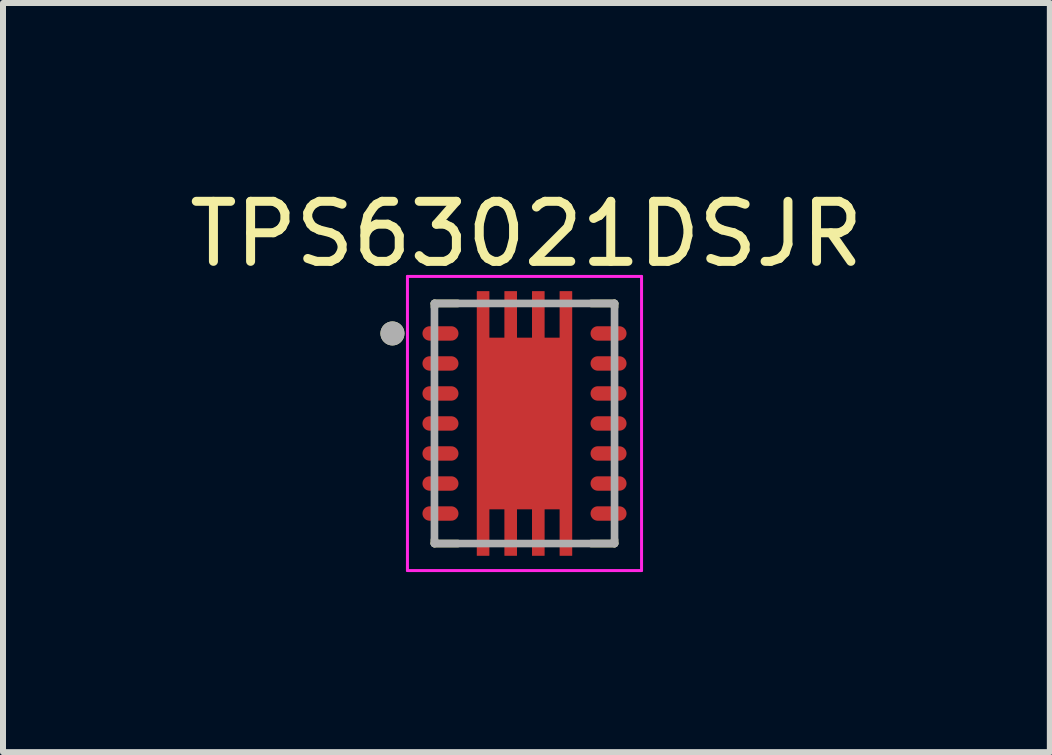
<source format=kicad_pcb>
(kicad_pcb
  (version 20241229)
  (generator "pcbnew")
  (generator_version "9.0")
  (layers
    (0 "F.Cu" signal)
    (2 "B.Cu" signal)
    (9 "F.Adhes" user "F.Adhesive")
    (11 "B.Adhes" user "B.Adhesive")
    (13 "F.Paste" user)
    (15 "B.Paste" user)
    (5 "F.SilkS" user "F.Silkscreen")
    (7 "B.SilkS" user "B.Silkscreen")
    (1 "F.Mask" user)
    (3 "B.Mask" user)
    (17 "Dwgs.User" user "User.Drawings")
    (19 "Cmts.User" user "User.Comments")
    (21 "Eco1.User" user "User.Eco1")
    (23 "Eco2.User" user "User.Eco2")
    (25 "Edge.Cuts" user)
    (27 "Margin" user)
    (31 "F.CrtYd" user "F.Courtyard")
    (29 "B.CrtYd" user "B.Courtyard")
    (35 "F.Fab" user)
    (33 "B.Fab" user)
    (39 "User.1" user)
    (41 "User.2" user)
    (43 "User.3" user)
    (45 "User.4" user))
  (footprint "TPS63021DSJR"
    (layer "F.Cu")
    (at 5.688 4.005)
    (property "Reference" "TPS63021DSJR" (at 0.032 -3.156 0) (layer "F.SilkS") (effects (font (size 1 1) (thickness 0.15))))
    (attr smd)
    (fp_poly (pts (xy -0.86 -2.27) (xy -0.52 -2.27) (xy -0.52 -1.495) (xy -0.4 -1.495) (xy -0.4 -2.27) (xy -0.06 -2.27) (xy -0.06 -1.495) (xy 0.06 -1.495) (xy 0.06 -2.27) (xy 0.4 -2.27) (xy 0.4 -1.495) (xy 0.52 -1.495) (xy 0.52 -2.27) (xy 0.86 -2.27) (xy 0.86 2.27) (xy 0.52 2.27) (xy 0.52 1.495) (xy 0.4 1.495) (xy 0.4 2.27) (xy 0.06 2.27) (xy 0.06 1.495) (xy -0.06 1.495) (xy -0.06 2.27) (xy -0.4 2.27) (xy -0.4 1.495) (xy -0.52 1.495) (xy -0.52 2.27) (xy -0.86 2.27)) (stroke (width 0.01) (type solid)) (fill yes) (layer "F.Mask"))
    (fp_poly (pts (xy -1.22 -1.69) (xy -1.21 -1.69) (xy -1.2 -1.689) (xy -1.19 -1.688) (xy -1.18 -1.686) (xy -1.171 -1.684) (xy -1.161 -1.681) (xy -1.152 -1.677) (xy -1.143 -1.674) (xy -1.134 -1.669) (xy -1.125 -1.665) (xy -1.117 -1.659) (xy -1.108 -1.654) (xy -1.1 -1.648) (xy -1.093 -1.641) (xy -1.086 -1.634) (xy -1.079 -1.627) (xy -1.072 -1.62) (xy -1.066 -1.612) (xy -1.061 -1.603) (xy -1.055 -1.595) (xy -1.051 -1.586) (xy -1.046 -1.577) (xy -1.043 -1.568) (xy -1.039 -1.559) (xy -1.036 -1.549) (xy -1.034 -1.54) (xy -1.032 -1.53) (xy -1.031 -1.52) (xy -1.03 -1.51) (xy -1.03 -1.5) (xy -1.03 -1.49) (xy -1.031 -1.48) (xy -1.032 -1.47) (xy -1.034 -1.46) (xy -1.036 -1.451) (xy -1.039 -1.441) (xy -1.043 -1.432) (xy -1.046 -1.423) (xy -1.051 -1.414) (xy -1.055 -1.405) (xy -1.061 -1.397) (xy -1.066 -1.388) (xy -1.072 -1.38) (xy -1.079 -1.373) (xy -1.086 -1.366) (xy -1.093 -1.359) (xy -1.1 -1.352) (xy -1.108 -1.346) (xy -1.117 -1.341) (xy -1.125 -1.335) (xy -1.134 -1.331) (xy -1.143 -1.326) (xy -1.152 -1.323) (xy -1.161 -1.319) (xy -1.171 -1.316) (xy -1.18 -1.314) (xy -1.19 -1.312) (xy -1.2 -1.311) (xy -1.21 -1.31) (xy -1.22 -1.31) (xy -1.58 -1.31) (xy -1.59 -1.31) (xy -1.6 -1.311) (xy -1.61 -1.312) (xy -1.62 -1.314) (xy -1.629 -1.316) (xy -1.639 -1.319) (xy -1.648 -1.323) (xy -1.657 -1.326) (xy -1.666 -1.331) (xy -1.675 -1.335) (xy -1.683 -1.341) (xy -1.692 -1.346) (xy -1.7 -1.352) (xy -1.707 -1.359) (xy -1.714 -1.366) (xy -1.721 -1.373) (xy -1.728 -1.38) (xy -1.734 -1.388) (xy -1.739 -1.397) (xy -1.745 -1.405) (xy -1.749 -1.414) (xy -1.754 -1.423) (xy -1.757 -1.432) (xy -1.761 -1.441) (xy -1.764 -1.451) (xy -1.766 -1.46) (xy -1.768 -1.47) (xy -1.769 -1.48) (xy -1.77 -1.49) (xy -1.77 -1.5) (xy -1.77 -1.51) (xy -1.769 -1.52) (xy -1.768 -1.53) (xy -1.766 -1.54) (xy -1.764 -1.549) (xy -1.761 -1.559) (xy -1.757 -1.568) (xy -1.754 -1.577) (xy -1.749 -1.586) (xy -1.745 -1.595) (xy -1.739 -1.603) (xy -1.734 -1.612) (xy -1.728 -1.62) (xy -1.721 -1.627) (xy -1.714 -1.634) (xy -1.707 -1.641) (xy -1.7 -1.648) (xy -1.692 -1.654) (xy -1.683 -1.659) (xy -1.675 -1.665) (xy -1.666 -1.669) (xy -1.657 -1.674) (xy -1.648 -1.677) (xy -1.639 -1.681) (xy -1.629 -1.684) (xy -1.62 -1.686) (xy -1.61 -1.688) (xy -1.6 -1.689) (xy -1.59 -1.69) (xy -1.58 -1.69) (xy -1.22 -1.69)) (stroke (width 0.01) (type solid)) (fill yes) (layer "F.Mask"))
    (fp_poly (pts (xy -1.22 -1.19) (xy -1.21 -1.19) (xy -1.2 -1.189) (xy -1.19 -1.188) (xy -1.18 -1.186) (xy -1.171 -1.184) (xy -1.161 -1.181) (xy -1.152 -1.177) (xy -1.143 -1.174) (xy -1.134 -1.169) (xy -1.125 -1.165) (xy -1.117 -1.159) (xy -1.108 -1.154) (xy -1.1 -1.148) (xy -1.093 -1.141) (xy -1.086 -1.134) (xy -1.079 -1.127) (xy -1.072 -1.12) (xy -1.066 -1.112) (xy -1.061 -1.103) (xy -1.055 -1.095) (xy -1.051 -1.086) (xy -1.046 -1.077) (xy -1.043 -1.068) (xy -1.039 -1.059) (xy -1.036 -1.049) (xy -1.034 -1.04) (xy -1.032 -1.03) (xy -1.031 -1.02) (xy -1.03 -1.01) (xy -1.03 -1) (xy -1.03 -0.99) (xy -1.031 -0.98) (xy -1.032 -0.97) (xy -1.034 -0.96) (xy -1.036 -0.951) (xy -1.039 -0.941) (xy -1.043 -0.932) (xy -1.046 -0.923) (xy -1.051 -0.914) (xy -1.055 -0.905) (xy -1.061 -0.897) (xy -1.066 -0.888) (xy -1.072 -0.88) (xy -1.079 -0.873) (xy -1.086 -0.866) (xy -1.093 -0.859) (xy -1.1 -0.852) (xy -1.108 -0.846) (xy -1.117 -0.841) (xy -1.125 -0.835) (xy -1.134 -0.831) (xy -1.143 -0.826) (xy -1.152 -0.823) (xy -1.161 -0.819) (xy -1.171 -0.816) (xy -1.18 -0.814) (xy -1.19 -0.812) (xy -1.2 -0.811) (xy -1.21 -0.81) (xy -1.22 -0.81) (xy -1.58 -0.81) (xy -1.59 -0.81) (xy -1.6 -0.811) (xy -1.61 -0.812) (xy -1.62 -0.814) (xy -1.629 -0.816) (xy -1.639 -0.819) (xy -1.648 -0.823) (xy -1.657 -0.826) (xy -1.666 -0.831) (xy -1.675 -0.835) (xy -1.683 -0.841) (xy -1.692 -0.846) (xy -1.7 -0.852) (xy -1.707 -0.859) (xy -1.714 -0.866) (xy -1.721 -0.873) (xy -1.728 -0.88) (xy -1.734 -0.888) (xy -1.739 -0.897) (xy -1.745 -0.905) (xy -1.749 -0.914) (xy -1.754 -0.923) (xy -1.757 -0.932) (xy -1.761 -0.941) (xy -1.764 -0.951) (xy -1.766 -0.96) (xy -1.768 -0.97) (xy -1.769 -0.98) (xy -1.77 -0.99) (xy -1.77 -1) (xy -1.77 -1.01) (xy -1.769 -1.02) (xy -1.768 -1.03) (xy -1.766 -1.04) (xy -1.764 -1.049) (xy -1.761 -1.059) (xy -1.757 -1.068) (xy -1.754 -1.077) (xy -1.749 -1.086) (xy -1.745 -1.095) (xy -1.739 -1.103) (xy -1.734 -1.112) (xy -1.728 -1.12) (xy -1.721 -1.127) (xy -1.714 -1.134) (xy -1.707 -1.141) (xy -1.7 -1.148) (xy -1.692 -1.154) (xy -1.683 -1.159) (xy -1.675 -1.165) (xy -1.666 -1.169) (xy -1.657 -1.174) (xy -1.648 -1.177) (xy -1.639 -1.181) (xy -1.629 -1.184) (xy -1.62 -1.186) (xy -1.61 -1.188) (xy -1.6 -1.189) (xy -1.59 -1.19) (xy -1.58 -1.19) (xy -1.22 -1.19)) (stroke (width 0.01) (type solid)) (fill yes) (layer "F.Mask"))
    (fp_poly (pts (xy -1.22 -0.69) (xy -1.21 -0.69) (xy -1.2 -0.689) (xy -1.19 -0.688) (xy -1.18 -0.686) (xy -1.171 -0.684) (xy -1.161 -0.681) (xy -1.152 -0.677) (xy -1.143 -0.674) (xy -1.134 -0.669) (xy -1.125 -0.665) (xy -1.117 -0.659) (xy -1.108 -0.654) (xy -1.1 -0.648) (xy -1.093 -0.641) (xy -1.086 -0.634) (xy -1.079 -0.627) (xy -1.072 -0.62) (xy -1.066 -0.612) (xy -1.061 -0.603) (xy -1.055 -0.595) (xy -1.051 -0.586) (xy -1.046 -0.577) (xy -1.043 -0.568) (xy -1.039 -0.559) (xy -1.036 -0.549) (xy -1.034 -0.54) (xy -1.032 -0.53) (xy -1.031 -0.52) (xy -1.03 -0.51) (xy -1.03 -0.5) (xy -1.03 -0.49) (xy -1.031 -0.48) (xy -1.032 -0.47) (xy -1.034 -0.46) (xy -1.036 -0.451) (xy -1.039 -0.441) (xy -1.043 -0.432) (xy -1.046 -0.423) (xy -1.051 -0.414) (xy -1.055 -0.405) (xy -1.061 -0.397) (xy -1.066 -0.388) (xy -1.072 -0.38) (xy -1.079 -0.373) (xy -1.086 -0.366) (xy -1.093 -0.359) (xy -1.1 -0.352) (xy -1.108 -0.346) (xy -1.117 -0.341) (xy -1.125 -0.335) (xy -1.134 -0.331) (xy -1.143 -0.326) (xy -1.152 -0.323) (xy -1.161 -0.319) (xy -1.171 -0.316) (xy -1.18 -0.314) (xy -1.19 -0.312) (xy -1.2 -0.311) (xy -1.21 -0.31) (xy -1.22 -0.31) (xy -1.58 -0.31) (xy -1.59 -0.31) (xy -1.6 -0.311) (xy -1.61 -0.312) (xy -1.62 -0.314) (xy -1.629 -0.316) (xy -1.639 -0.319) (xy -1.648 -0.323) (xy -1.657 -0.326) (xy -1.666 -0.331) (xy -1.675 -0.335) (xy -1.683 -0.341) (xy -1.692 -0.346) (xy -1.7 -0.352) (xy -1.707 -0.359) (xy -1.714 -0.366) (xy -1.721 -0.373) (xy -1.728 -0.38) (xy -1.734 -0.388) (xy -1.739 -0.397) (xy -1.745 -0.405) (xy -1.749 -0.414) (xy -1.754 -0.423) (xy -1.757 -0.432) (xy -1.761 -0.441) (xy -1.764 -0.451) (xy -1.766 -0.46) (xy -1.768 -0.47) (xy -1.769 -0.48) (xy -1.77 -0.49) (xy -1.77 -0.5) (xy -1.77 -0.51) (xy -1.769 -0.52) (xy -1.768 -0.53) (xy -1.766 -0.54) (xy -1.764 -0.549) (xy -1.761 -0.559) (xy -1.757 -0.568) (xy -1.754 -0.577) (xy -1.749 -0.586) (xy -1.745 -0.595) (xy -1.739 -0.603) (xy -1.734 -0.612) (xy -1.728 -0.62) (xy -1.721 -0.627) (xy -1.714 -0.634) (xy -1.707 -0.641) (xy -1.7 -0.648) (xy -1.692 -0.654) (xy -1.683 -0.659) (xy -1.675 -0.665) (xy -1.666 -0.669) (xy -1.657 -0.674) (xy -1.648 -0.677) (xy -1.639 -0.681) (xy -1.629 -0.684) (xy -1.62 -0.686) (xy -1.61 -0.688) (xy -1.6 -0.689) (xy -1.59 -0.69) (xy -1.58 -0.69) (xy -1.22 -0.69)) (stroke (width 0.01) (type solid)) (fill yes) (layer "F.Mask"))
    (fp_poly (pts (xy -1.22 -0.19) (xy -1.21 -0.19) (xy -1.2 -0.189) (xy -1.19 -0.188) (xy -1.18 -0.186) (xy -1.171 -0.184) (xy -1.161 -0.181) (xy -1.152 -0.177) (xy -1.143 -0.174) (xy -1.134 -0.169) (xy -1.125 -0.165) (xy -1.117 -0.159) (xy -1.108 -0.154) (xy -1.1 -0.148) (xy -1.093 -0.141) (xy -1.086 -0.134) (xy -1.079 -0.127) (xy -1.072 -0.12) (xy -1.066 -0.112) (xy -1.061 -0.103) (xy -1.055 -0.095) (xy -1.051 -0.086) (xy -1.046 -0.077) (xy -1.043 -0.068) (xy -1.039 -0.059) (xy -1.036 -0.049) (xy -1.034 -0.04) (xy -1.032 -0.03) (xy -1.031 -0.02) (xy -1.03 -0.01) (xy -1.03 0) (xy -1.03 0.01) (xy -1.031 0.02) (xy -1.032 0.03) (xy -1.034 0.04) (xy -1.036 0.049) (xy -1.039 0.059) (xy -1.043 0.068) (xy -1.046 0.077) (xy -1.051 0.086) (xy -1.055 0.095) (xy -1.061 0.103) (xy -1.066 0.112) (xy -1.072 0.12) (xy -1.079 0.127) (xy -1.086 0.134) (xy -1.093 0.141) (xy -1.1 0.148) (xy -1.108 0.154) (xy -1.117 0.159) (xy -1.125 0.165) (xy -1.134 0.169) (xy -1.143 0.174) (xy -1.152 0.177) (xy -1.161 0.181) (xy -1.171 0.184) (xy -1.18 0.186) (xy -1.19 0.188) (xy -1.2 0.189) (xy -1.21 0.19) (xy -1.22 0.19) (xy -1.58 0.19) (xy -1.59 0.19) (xy -1.6 0.189) (xy -1.61 0.188) (xy -1.62 0.186) (xy -1.629 0.184) (xy -1.639 0.181) (xy -1.648 0.177) (xy -1.657 0.174) (xy -1.666 0.169) (xy -1.675 0.165) (xy -1.683 0.159) (xy -1.692 0.154) (xy -1.7 0.148) (xy -1.707 0.141) (xy -1.714 0.134) (xy -1.721 0.127) (xy -1.728 0.12) (xy -1.734 0.112) (xy -1.739 0.103) (xy -1.745 0.095) (xy -1.749 0.086) (xy -1.754 0.077) (xy -1.757 0.068) (xy -1.761 0.059) (xy -1.764 0.049) (xy -1.766 0.04) (xy -1.768 0.03) (xy -1.769 0.02) (xy -1.77 0.01) (xy -1.77 0) (xy -1.77 -0.01) (xy -1.769 -0.02) (xy -1.768 -0.03) (xy -1.766 -0.04) (xy -1.764 -0.049) (xy -1.761 -0.059) (xy -1.757 -0.068) (xy -1.754 -0.077) (xy -1.749 -0.086) (xy -1.745 -0.095) (xy -1.739 -0.103) (xy -1.734 -0.112) (xy -1.728 -0.12) (xy -1.721 -0.127) (xy -1.714 -0.134) (xy -1.707 -0.141) (xy -1.7 -0.148) (xy -1.692 -0.154) (xy -1.683 -0.159) (xy -1.675 -0.165) (xy -1.666 -0.169) (xy -1.657 -0.174) (xy -1.648 -0.177) (xy -1.639 -0.181) (xy -1.629 -0.184) (xy -1.62 -0.186) (xy -1.61 -0.188) (xy -1.6 -0.189) (xy -1.59 -0.19) (xy -1.58 -0.19) (xy -1.22 -0.19)) (stroke (width 0.01) (type solid)) (fill yes) (layer "F.Mask"))
    (fp_poly (pts (xy -1.22 0.31) (xy -1.21 0.31) (xy -1.2 0.311) (xy -1.19 0.312) (xy -1.18 0.314) (xy -1.171 0.316) (xy -1.161 0.319) (xy -1.152 0.323) (xy -1.143 0.326) (xy -1.134 0.331) (xy -1.125 0.335) (xy -1.117 0.341) (xy -1.108 0.346) (xy -1.1 0.352) (xy -1.093 0.359) (xy -1.086 0.366) (xy -1.079 0.373) (xy -1.072 0.38) (xy -1.066 0.388) (xy -1.061 0.397) (xy -1.055 0.405) (xy -1.051 0.414) (xy -1.046 0.423) (xy -1.043 0.432) (xy -1.039 0.441) (xy -1.036 0.451) (xy -1.034 0.46) (xy -1.032 0.47) (xy -1.031 0.48) (xy -1.03 0.49) (xy -1.03 0.5) (xy -1.03 0.51) (xy -1.031 0.52) (xy -1.032 0.53) (xy -1.034 0.54) (xy -1.036 0.549) (xy -1.039 0.559) (xy -1.043 0.568) (xy -1.046 0.577) (xy -1.051 0.586) (xy -1.055 0.595) (xy -1.061 0.603) (xy -1.066 0.612) (xy -1.072 0.62) (xy -1.079 0.627) (xy -1.086 0.634) (xy -1.093 0.641) (xy -1.1 0.648) (xy -1.108 0.654) (xy -1.117 0.659) (xy -1.125 0.665) (xy -1.134 0.669) (xy -1.143 0.674) (xy -1.152 0.677) (xy -1.161 0.681) (xy -1.171 0.684) (xy -1.18 0.686) (xy -1.19 0.688) (xy -1.2 0.689) (xy -1.21 0.69) (xy -1.22 0.69) (xy -1.58 0.69) (xy -1.59 0.69) (xy -1.6 0.689) (xy -1.61 0.688) (xy -1.62 0.686) (xy -1.629 0.684) (xy -1.639 0.681) (xy -1.648 0.677) (xy -1.657 0.674) (xy -1.666 0.669) (xy -1.675 0.665) (xy -1.683 0.659) (xy -1.692 0.654) (xy -1.7 0.648) (xy -1.707 0.641) (xy -1.714 0.634) (xy -1.721 0.627) (xy -1.728 0.62) (xy -1.734 0.612) (xy -1.739 0.603) (xy -1.745 0.595) (xy -1.749 0.586) (xy -1.754 0.577) (xy -1.757 0.568) (xy -1.761 0.559) (xy -1.764 0.549) (xy -1.766 0.54) (xy -1.768 0.53) (xy -1.769 0.52) (xy -1.77 0.51) (xy -1.77 0.5) (xy -1.77 0.49) (xy -1.769 0.48) (xy -1.768 0.47) (xy -1.766 0.46) (xy -1.764 0.451) (xy -1.761 0.441) (xy -1.757 0.432) (xy -1.754 0.423) (xy -1.749 0.414) (xy -1.745 0.405) (xy -1.739 0.397) (xy -1.734 0.388) (xy -1.728 0.38) (xy -1.721 0.373) (xy -1.714 0.366) (xy -1.707 0.359) (xy -1.7 0.352) (xy -1.692 0.346) (xy -1.683 0.341) (xy -1.675 0.335) (xy -1.666 0.331) (xy -1.657 0.326) (xy -1.648 0.323) (xy -1.639 0.319) (xy -1.629 0.316) (xy -1.62 0.314) (xy -1.61 0.312) (xy -1.6 0.311) (xy -1.59 0.31) (xy -1.58 0.31) (xy -1.22 0.31)) (stroke (width 0.01) (type solid)) (fill yes) (layer "F.Mask"))
    (fp_poly (pts (xy -1.22 0.81) (xy -1.21 0.81) (xy -1.2 0.811) (xy -1.19 0.812) (xy -1.18 0.814) (xy -1.171 0.816) (xy -1.161 0.819) (xy -1.152 0.823) (xy -1.143 0.826) (xy -1.134 0.831) (xy -1.125 0.835) (xy -1.117 0.841) (xy -1.108 0.846) (xy -1.1 0.852) (xy -1.093 0.859) (xy -1.086 0.866) (xy -1.079 0.873) (xy -1.072 0.88) (xy -1.066 0.888) (xy -1.061 0.897) (xy -1.055 0.905) (xy -1.051 0.914) (xy -1.046 0.923) (xy -1.043 0.932) (xy -1.039 0.941) (xy -1.036 0.951) (xy -1.034 0.96) (xy -1.032 0.97) (xy -1.031 0.98) (xy -1.03 0.99) (xy -1.03 1) (xy -1.03 1.01) (xy -1.031 1.02) (xy -1.032 1.03) (xy -1.034 1.04) (xy -1.036 1.049) (xy -1.039 1.059) (xy -1.043 1.068) (xy -1.046 1.077) (xy -1.051 1.086) (xy -1.055 1.095) (xy -1.061 1.103) (xy -1.066 1.112) (xy -1.072 1.12) (xy -1.079 1.127) (xy -1.086 1.134) (xy -1.093 1.141) (xy -1.1 1.148) (xy -1.108 1.154) (xy -1.117 1.159) (xy -1.125 1.165) (xy -1.134 1.169) (xy -1.143 1.174) (xy -1.152 1.177) (xy -1.161 1.181) (xy -1.171 1.184) (xy -1.18 1.186) (xy -1.19 1.188) (xy -1.2 1.189) (xy -1.21 1.19) (xy -1.22 1.19) (xy -1.58 1.19) (xy -1.59 1.19) (xy -1.6 1.189) (xy -1.61 1.188) (xy -1.62 1.186) (xy -1.629 1.184) (xy -1.639 1.181) (xy -1.648 1.177) (xy -1.657 1.174) (xy -1.666 1.169) (xy -1.675 1.165) (xy -1.683 1.159) (xy -1.692 1.154) (xy -1.7 1.148) (xy -1.707 1.141) (xy -1.714 1.134) (xy -1.721 1.127) (xy -1.728 1.12) (xy -1.734 1.112) (xy -1.739 1.103) (xy -1.745 1.095) (xy -1.749 1.086) (xy -1.754 1.077) (xy -1.757 1.068) (xy -1.761 1.059) (xy -1.764 1.049) (xy -1.766 1.04) (xy -1.768 1.03) (xy -1.769 1.02) (xy -1.77 1.01) (xy -1.77 1) (xy -1.77 0.99) (xy -1.769 0.98) (xy -1.768 0.97) (xy -1.766 0.96) (xy -1.764 0.951) (xy -1.761 0.941) (xy -1.757 0.932) (xy -1.754 0.923) (xy -1.749 0.914) (xy -1.745 0.905) (xy -1.739 0.897) (xy -1.734 0.888) (xy -1.728 0.88) (xy -1.721 0.873) (xy -1.714 0.866) (xy -1.707 0.859) (xy -1.7 0.852) (xy -1.692 0.846) (xy -1.683 0.841) (xy -1.675 0.835) (xy -1.666 0.831) (xy -1.657 0.826) (xy -1.648 0.823) (xy -1.639 0.819) (xy -1.629 0.816) (xy -1.62 0.814) (xy -1.61 0.812) (xy -1.6 0.811) (xy -1.59 0.81) (xy -1.58 0.81) (xy -1.22 0.81)) (stroke (width 0.01) (type solid)) (fill yes) (layer "F.Mask"))
    (fp_poly (pts (xy -1.22 1.31) (xy -1.21 1.31) (xy -1.2 1.311) (xy -1.19 1.312) (xy -1.18 1.314) (xy -1.171 1.316) (xy -1.161 1.319) (xy -1.152 1.323) (xy -1.143 1.326) (xy -1.134 1.331) (xy -1.125 1.335) (xy -1.117 1.341) (xy -1.108 1.346) (xy -1.1 1.352) (xy -1.093 1.359) (xy -1.086 1.366) (xy -1.079 1.373) (xy -1.072 1.38) (xy -1.066 1.388) (xy -1.061 1.397) (xy -1.055 1.405) (xy -1.051 1.414) (xy -1.046 1.423) (xy -1.043 1.432) (xy -1.039 1.441) (xy -1.036 1.451) (xy -1.034 1.46) (xy -1.032 1.47) (xy -1.031 1.48) (xy -1.03 1.49) (xy -1.03 1.5) (xy -1.03 1.51) (xy -1.031 1.52) (xy -1.032 1.53) (xy -1.034 1.54) (xy -1.036 1.549) (xy -1.039 1.559) (xy -1.043 1.568) (xy -1.046 1.577) (xy -1.051 1.586) (xy -1.055 1.595) (xy -1.061 1.603) (xy -1.066 1.612) (xy -1.072 1.62) (xy -1.079 1.627) (xy -1.086 1.634) (xy -1.093 1.641) (xy -1.1 1.648) (xy -1.108 1.654) (xy -1.117 1.659) (xy -1.125 1.665) (xy -1.134 1.669) (xy -1.143 1.674) (xy -1.152 1.677) (xy -1.161 1.681) (xy -1.171 1.684) (xy -1.18 1.686) (xy -1.19 1.688) (xy -1.2 1.689) (xy -1.21 1.69) (xy -1.22 1.69) (xy -1.58 1.69) (xy -1.59 1.69) (xy -1.6 1.689) (xy -1.61 1.688) (xy -1.62 1.686) (xy -1.629 1.684) (xy -1.639 1.681) (xy -1.648 1.677) (xy -1.657 1.674) (xy -1.666 1.669) (xy -1.675 1.665) (xy -1.683 1.659) (xy -1.692 1.654) (xy -1.7 1.648) (xy -1.707 1.641) (xy -1.714 1.634) (xy -1.721 1.627) (xy -1.728 1.62) (xy -1.734 1.612) (xy -1.739 1.603) (xy -1.745 1.595) (xy -1.749 1.586) (xy -1.754 1.577) (xy -1.757 1.568) (xy -1.761 1.559) (xy -1.764 1.549) (xy -1.766 1.54) (xy -1.768 1.53) (xy -1.769 1.52) (xy -1.77 1.51) (xy -1.77 1.5) (xy -1.77 1.49) (xy -1.769 1.48) (xy -1.768 1.47) (xy -1.766 1.46) (xy -1.764 1.451) (xy -1.761 1.441) (xy -1.757 1.432) (xy -1.754 1.423) (xy -1.749 1.414) (xy -1.745 1.405) (xy -1.739 1.397) (xy -1.734 1.388) (xy -1.728 1.38) (xy -1.721 1.373) (xy -1.714 1.366) (xy -1.707 1.359) (xy -1.7 1.352) (xy -1.692 1.346) (xy -1.683 1.341) (xy -1.675 1.335) (xy -1.666 1.331) (xy -1.657 1.326) (xy -1.648 1.323) (xy -1.639 1.319) (xy -1.629 1.316) (xy -1.62 1.314) (xy -1.61 1.312) (xy -1.6 1.311) (xy -1.59 1.31) (xy -1.58 1.31) (xy -1.22 1.31)) (stroke (width 0.01) (type solid)) (fill yes) (layer "F.Mask"))
    (fp_poly (pts (xy 1.58 -1.69) (xy 1.59 -1.69) (xy 1.6 -1.689) (xy 1.61 -1.688) (xy 1.62 -1.686) (xy 1.629 -1.684) (xy 1.639 -1.681) (xy 1.648 -1.677) (xy 1.657 -1.674) (xy 1.666 -1.669) (xy 1.675 -1.665) (xy 1.683 -1.659) (xy 1.692 -1.654) (xy 1.7 -1.648) (xy 1.707 -1.641) (xy 1.714 -1.634) (xy 1.721 -1.627) (xy 1.728 -1.62) (xy 1.734 -1.612) (xy 1.739 -1.603) (xy 1.745 -1.595) (xy 1.749 -1.586) (xy 1.754 -1.577) (xy 1.757 -1.568) (xy 1.761 -1.559) (xy 1.764 -1.549) (xy 1.766 -1.54) (xy 1.768 -1.53) (xy 1.769 -1.52) (xy 1.77 -1.51) (xy 1.77 -1.5) (xy 1.77 -1.49) (xy 1.769 -1.48) (xy 1.768 -1.47) (xy 1.766 -1.46) (xy 1.764 -1.451) (xy 1.761 -1.441) (xy 1.757 -1.432) (xy 1.754 -1.423) (xy 1.749 -1.414) (xy 1.745 -1.405) (xy 1.739 -1.397) (xy 1.734 -1.388) (xy 1.728 -1.38) (xy 1.721 -1.373) (xy 1.714 -1.366) (xy 1.707 -1.359) (xy 1.7 -1.352) (xy 1.692 -1.346) (xy 1.683 -1.341) (xy 1.675 -1.335) (xy 1.666 -1.331) (xy 1.657 -1.326) (xy 1.648 -1.323) (xy 1.639 -1.319) (xy 1.629 -1.316) (xy 1.62 -1.314) (xy 1.61 -1.312) (xy 1.6 -1.311) (xy 1.59 -1.31) (xy 1.58 -1.31) (xy 1.22 -1.31) (xy 1.21 -1.31) (xy 1.2 -1.311) (xy 1.19 -1.312) (xy 1.18 -1.314) (xy 1.171 -1.316) (xy 1.161 -1.319) (xy 1.152 -1.323) (xy 1.143 -1.326) (xy 1.134 -1.331) (xy 1.125 -1.335) (xy 1.117 -1.341) (xy 1.108 -1.346) (xy 1.1 -1.352) (xy 1.093 -1.359) (xy 1.086 -1.366) (xy 1.079 -1.373) (xy 1.072 -1.38) (xy 1.066 -1.388) (xy 1.061 -1.397) (xy 1.055 -1.405) (xy 1.051 -1.414) (xy 1.046 -1.423) (xy 1.043 -1.432) (xy 1.039 -1.441) (xy 1.036 -1.451) (xy 1.034 -1.46) (xy 1.032 -1.47) (xy 1.031 -1.48) (xy 1.03 -1.49) (xy 1.03 -1.5) (xy 1.03 -1.51) (xy 1.031 -1.52) (xy 1.032 -1.53) (xy 1.034 -1.54) (xy 1.036 -1.549) (xy 1.039 -1.559) (xy 1.043 -1.568) (xy 1.046 -1.577) (xy 1.051 -1.586) (xy 1.055 -1.595) (xy 1.061 -1.603) (xy 1.066 -1.612) (xy 1.072 -1.62) (xy 1.079 -1.627) (xy 1.086 -1.634) (xy 1.093 -1.641) (xy 1.1 -1.648) (xy 1.108 -1.654) (xy 1.117 -1.659) (xy 1.125 -1.665) (xy 1.134 -1.669) (xy 1.143 -1.674) (xy 1.152 -1.677) (xy 1.161 -1.681) (xy 1.171 -1.684) (xy 1.18 -1.686) (xy 1.19 -1.688) (xy 1.2 -1.689) (xy 1.21 -1.69) (xy 1.22 -1.69) (xy 1.58 -1.69)) (stroke (width 0.01) (type solid)) (fill yes) (layer "F.Mask"))
    (fp_poly (pts (xy 1.58 -1.19) (xy 1.59 -1.19) (xy 1.6 -1.189) (xy 1.61 -1.188) (xy 1.62 -1.186) (xy 1.629 -1.184) (xy 1.639 -1.181) (xy 1.648 -1.177) (xy 1.657 -1.174) (xy 1.666 -1.169) (xy 1.675 -1.165) (xy 1.683 -1.159) (xy 1.692 -1.154) (xy 1.7 -1.148) (xy 1.707 -1.141) (xy 1.714 -1.134) (xy 1.721 -1.127) (xy 1.728 -1.12) (xy 1.734 -1.112) (xy 1.739 -1.103) (xy 1.745 -1.095) (xy 1.749 -1.086) (xy 1.754 -1.077) (xy 1.757 -1.068) (xy 1.761 -1.059) (xy 1.764 -1.049) (xy 1.766 -1.04) (xy 1.768 -1.03) (xy 1.769 -1.02) (xy 1.77 -1.01) (xy 1.77 -1) (xy 1.77 -0.99) (xy 1.769 -0.98) (xy 1.768 -0.97) (xy 1.766 -0.96) (xy 1.764 -0.951) (xy 1.761 -0.941) (xy 1.757 -0.932) (xy 1.754 -0.923) (xy 1.749 -0.914) (xy 1.745 -0.905) (xy 1.739 -0.897) (xy 1.734 -0.888) (xy 1.728 -0.88) (xy 1.721 -0.873) (xy 1.714 -0.866) (xy 1.707 -0.859) (xy 1.7 -0.852) (xy 1.692 -0.846) (xy 1.683 -0.841) (xy 1.675 -0.835) (xy 1.666 -0.831) (xy 1.657 -0.826) (xy 1.648 -0.823) (xy 1.639 -0.819) (xy 1.629 -0.816) (xy 1.62 -0.814) (xy 1.61 -0.812) (xy 1.6 -0.811) (xy 1.59 -0.81) (xy 1.58 -0.81) (xy 1.22 -0.81) (xy 1.21 -0.81) (xy 1.2 -0.811) (xy 1.19 -0.812) (xy 1.18 -0.814) (xy 1.171 -0.816) (xy 1.161 -0.819) (xy 1.152 -0.823) (xy 1.143 -0.826) (xy 1.134 -0.831) (xy 1.125 -0.835) (xy 1.117 -0.841) (xy 1.108 -0.846) (xy 1.1 -0.852) (xy 1.093 -0.859) (xy 1.086 -0.866) (xy 1.079 -0.873) (xy 1.072 -0.88) (xy 1.066 -0.888) (xy 1.061 -0.897) (xy 1.055 -0.905) (xy 1.051 -0.914) (xy 1.046 -0.923) (xy 1.043 -0.932) (xy 1.039 -0.941) (xy 1.036 -0.951) (xy 1.034 -0.96) (xy 1.032 -0.97) (xy 1.031 -0.98) (xy 1.03 -0.99) (xy 1.03 -1) (xy 1.03 -1.01) (xy 1.031 -1.02) (xy 1.032 -1.03) (xy 1.034 -1.04) (xy 1.036 -1.049) (xy 1.039 -1.059) (xy 1.043 -1.068) (xy 1.046 -1.077) (xy 1.051 -1.086) (xy 1.055 -1.095) (xy 1.061 -1.103) (xy 1.066 -1.112) (xy 1.072 -1.12) (xy 1.079 -1.127) (xy 1.086 -1.134) (xy 1.093 -1.141) (xy 1.1 -1.148) (xy 1.108 -1.154) (xy 1.117 -1.159) (xy 1.125 -1.165) (xy 1.134 -1.169) (xy 1.143 -1.174) (xy 1.152 -1.177) (xy 1.161 -1.181) (xy 1.171 -1.184) (xy 1.18 -1.186) (xy 1.19 -1.188) (xy 1.2 -1.189) (xy 1.21 -1.19) (xy 1.22 -1.19) (xy 1.58 -1.19)) (stroke (width 0.01) (type solid)) (fill yes) (layer "F.Mask"))
    (fp_poly (pts (xy 1.58 -0.69) (xy 1.59 -0.69) (xy 1.6 -0.689) (xy 1.61 -0.688) (xy 1.62 -0.686) (xy 1.629 -0.684) (xy 1.639 -0.681) (xy 1.648 -0.677) (xy 1.657 -0.674) (xy 1.666 -0.669) (xy 1.675 -0.665) (xy 1.683 -0.659) (xy 1.692 -0.654) (xy 1.7 -0.648) (xy 1.707 -0.641) (xy 1.714 -0.634) (xy 1.721 -0.627) (xy 1.728 -0.62) (xy 1.734 -0.612) (xy 1.739 -0.603) (xy 1.745 -0.595) (xy 1.749 -0.586) (xy 1.754 -0.577) (xy 1.757 -0.568) (xy 1.761 -0.559) (xy 1.764 -0.549) (xy 1.766 -0.54) (xy 1.768 -0.53) (xy 1.769 -0.52) (xy 1.77 -0.51) (xy 1.77 -0.5) (xy 1.77 -0.49) (xy 1.769 -0.48) (xy 1.768 -0.47) (xy 1.766 -0.46) (xy 1.764 -0.451) (xy 1.761 -0.441) (xy 1.757 -0.432) (xy 1.754 -0.423) (xy 1.749 -0.414) (xy 1.745 -0.405) (xy 1.739 -0.397) (xy 1.734 -0.388) (xy 1.728 -0.38) (xy 1.721 -0.373) (xy 1.714 -0.366) (xy 1.707 -0.359) (xy 1.7 -0.352) (xy 1.692 -0.346) (xy 1.683 -0.341) (xy 1.675 -0.335) (xy 1.666 -0.331) (xy 1.657 -0.326) (xy 1.648 -0.323) (xy 1.639 -0.319) (xy 1.629 -0.316) (xy 1.62 -0.314) (xy 1.61 -0.312) (xy 1.6 -0.311) (xy 1.59 -0.31) (xy 1.58 -0.31) (xy 1.22 -0.31) (xy 1.21 -0.31) (xy 1.2 -0.311) (xy 1.19 -0.312) (xy 1.18 -0.314) (xy 1.171 -0.316) (xy 1.161 -0.319) (xy 1.152 -0.323) (xy 1.143 -0.326) (xy 1.134 -0.331) (xy 1.125 -0.335) (xy 1.117 -0.341) (xy 1.108 -0.346) (xy 1.1 -0.352) (xy 1.093 -0.359) (xy 1.086 -0.366) (xy 1.079 -0.373) (xy 1.072 -0.38) (xy 1.066 -0.388) (xy 1.061 -0.397) (xy 1.055 -0.405) (xy 1.051 -0.414) (xy 1.046 -0.423) (xy 1.043 -0.432) (xy 1.039 -0.441) (xy 1.036 -0.451) (xy 1.034 -0.46) (xy 1.032 -0.47) (xy 1.031 -0.48) (xy 1.03 -0.49) (xy 1.03 -0.5) (xy 1.03 -0.51) (xy 1.031 -0.52) (xy 1.032 -0.53) (xy 1.034 -0.54) (xy 1.036 -0.549) (xy 1.039 -0.559) (xy 1.043 -0.568) (xy 1.046 -0.577) (xy 1.051 -0.586) (xy 1.055 -0.595) (xy 1.061 -0.603) (xy 1.066 -0.612) (xy 1.072 -0.62) (xy 1.079 -0.627) (xy 1.086 -0.634) (xy 1.093 -0.641) (xy 1.1 -0.648) (xy 1.108 -0.654) (xy 1.117 -0.659) (xy 1.125 -0.665) (xy 1.134 -0.669) (xy 1.143 -0.674) (xy 1.152 -0.677) (xy 1.161 -0.681) (xy 1.171 -0.684) (xy 1.18 -0.686) (xy 1.19 -0.688) (xy 1.2 -0.689) (xy 1.21 -0.69) (xy 1.22 -0.69) (xy 1.58 -0.69)) (stroke (width 0.01) (type solid)) (fill yes) (layer "F.Mask"))
    (fp_poly (pts (xy 1.58 -0.19) (xy 1.59 -0.19) (xy 1.6 -0.189) (xy 1.61 -0.188) (xy 1.62 -0.186) (xy 1.629 -0.184) (xy 1.639 -0.181) (xy 1.648 -0.177) (xy 1.657 -0.174) (xy 1.666 -0.169) (xy 1.675 -0.165) (xy 1.683 -0.159) (xy 1.692 -0.154) (xy 1.7 -0.148) (xy 1.707 -0.141) (xy 1.714 -0.134) (xy 1.721 -0.127) (xy 1.728 -0.12) (xy 1.734 -0.112) (xy 1.739 -0.103) (xy 1.745 -0.095) (xy 1.749 -0.086) (xy 1.754 -0.077) (xy 1.757 -0.068) (xy 1.761 -0.059) (xy 1.764 -0.049) (xy 1.766 -0.04) (xy 1.768 -0.03) (xy 1.769 -0.02) (xy 1.77 -0.01) (xy 1.77 0) (xy 1.77 0.01) (xy 1.769 0.02) (xy 1.768 0.03) (xy 1.766 0.04) (xy 1.764 0.049) (xy 1.761 0.059) (xy 1.757 0.068) (xy 1.754 0.077) (xy 1.749 0.086) (xy 1.745 0.095) (xy 1.739 0.103) (xy 1.734 0.112) (xy 1.728 0.12) (xy 1.721 0.127) (xy 1.714 0.134) (xy 1.707 0.141) (xy 1.7 0.148) (xy 1.692 0.154) (xy 1.683 0.159) (xy 1.675 0.165) (xy 1.666 0.169) (xy 1.657 0.174) (xy 1.648 0.177) (xy 1.639 0.181) (xy 1.629 0.184) (xy 1.62 0.186) (xy 1.61 0.188) (xy 1.6 0.189) (xy 1.59 0.19) (xy 1.58 0.19) (xy 1.22 0.19) (xy 1.21 0.19) (xy 1.2 0.189) (xy 1.19 0.188) (xy 1.18 0.186) (xy 1.171 0.184) (xy 1.161 0.181) (xy 1.152 0.177) (xy 1.143 0.174) (xy 1.134 0.169) (xy 1.125 0.165) (xy 1.117 0.159) (xy 1.108 0.154) (xy 1.1 0.148) (xy 1.093 0.141) (xy 1.086 0.134) (xy 1.079 0.127) (xy 1.072 0.12) (xy 1.066 0.112) (xy 1.061 0.103) (xy 1.055 0.095) (xy 1.051 0.086) (xy 1.046 0.077) (xy 1.043 0.068) (xy 1.039 0.059) (xy 1.036 0.049) (xy 1.034 0.04) (xy 1.032 0.03) (xy 1.031 0.02) (xy 1.03 0.01) (xy 1.03 0) (xy 1.03 -0.01) (xy 1.031 -0.02) (xy 1.032 -0.03) (xy 1.034 -0.04) (xy 1.036 -0.049) (xy 1.039 -0.059) (xy 1.043 -0.068) (xy 1.046 -0.077) (xy 1.051 -0.086) (xy 1.055 -0.095) (xy 1.061 -0.103) (xy 1.066 -0.112) (xy 1.072 -0.12) (xy 1.079 -0.127) (xy 1.086 -0.134) (xy 1.093 -0.141) (xy 1.1 -0.148) (xy 1.108 -0.154) (xy 1.117 -0.159) (xy 1.125 -0.165) (xy 1.134 -0.169) (xy 1.143 -0.174) (xy 1.152 -0.177) (xy 1.161 -0.181) (xy 1.171 -0.184) (xy 1.18 -0.186) (xy 1.19 -0.188) (xy 1.2 -0.189) (xy 1.21 -0.19) (xy 1.22 -0.19) (xy 1.58 -0.19)) (stroke (width 0.01) (type solid)) (fill yes) (layer "F.Mask"))
    (fp_poly (pts (xy 1.58 0.31) (xy 1.59 0.31) (xy 1.6 0.311) (xy 1.61 0.312) (xy 1.62 0.314) (xy 1.629 0.316) (xy 1.639 0.319) (xy 1.648 0.323) (xy 1.657 0.326) (xy 1.666 0.331) (xy 1.675 0.335) (xy 1.683 0.341) (xy 1.692 0.346) (xy 1.7 0.352) (xy 1.707 0.359) (xy 1.714 0.366) (xy 1.721 0.373) (xy 1.728 0.38) (xy 1.734 0.388) (xy 1.739 0.397) (xy 1.745 0.405) (xy 1.749 0.414) (xy 1.754 0.423) (xy 1.757 0.432) (xy 1.761 0.441) (xy 1.764 0.451) (xy 1.766 0.46) (xy 1.768 0.47) (xy 1.769 0.48) (xy 1.77 0.49) (xy 1.77 0.5) (xy 1.77 0.51) (xy 1.769 0.52) (xy 1.768 0.53) (xy 1.766 0.54) (xy 1.764 0.549) (xy 1.761 0.559) (xy 1.757 0.568) (xy 1.754 0.577) (xy 1.749 0.586) (xy 1.745 0.595) (xy 1.739 0.603) (xy 1.734 0.612) (xy 1.728 0.62) (xy 1.721 0.627) (xy 1.714 0.634) (xy 1.707 0.641) (xy 1.7 0.648) (xy 1.692 0.654) (xy 1.683 0.659) (xy 1.675 0.665) (xy 1.666 0.669) (xy 1.657 0.674) (xy 1.648 0.677) (xy 1.639 0.681) (xy 1.629 0.684) (xy 1.62 0.686) (xy 1.61 0.688) (xy 1.6 0.689) (xy 1.59 0.69) (xy 1.58 0.69) (xy 1.22 0.69) (xy 1.21 0.69) (xy 1.2 0.689) (xy 1.19 0.688) (xy 1.18 0.686) (xy 1.171 0.684) (xy 1.161 0.681) (xy 1.152 0.677) (xy 1.143 0.674) (xy 1.134 0.669) (xy 1.125 0.665) (xy 1.117 0.659) (xy 1.108 0.654) (xy 1.1 0.648) (xy 1.093 0.641) (xy 1.086 0.634) (xy 1.079 0.627) (xy 1.072 0.62) (xy 1.066 0.612) (xy 1.061 0.603) (xy 1.055 0.595) (xy 1.051 0.586) (xy 1.046 0.577) (xy 1.043 0.568) (xy 1.039 0.559) (xy 1.036 0.549) (xy 1.034 0.54) (xy 1.032 0.53) (xy 1.031 0.52) (xy 1.03 0.51) (xy 1.03 0.5) (xy 1.03 0.49) (xy 1.031 0.48) (xy 1.032 0.47) (xy 1.034 0.46) (xy 1.036 0.451) (xy 1.039 0.441) (xy 1.043 0.432) (xy 1.046 0.423) (xy 1.051 0.414) (xy 1.055 0.405) (xy 1.061 0.397) (xy 1.066 0.388) (xy 1.072 0.38) (xy 1.079 0.373) (xy 1.086 0.366) (xy 1.093 0.359) (xy 1.1 0.352) (xy 1.108 0.346) (xy 1.117 0.341) (xy 1.125 0.335) (xy 1.134 0.331) (xy 1.143 0.326) (xy 1.152 0.323) (xy 1.161 0.319) (xy 1.171 0.316) (xy 1.18 0.314) (xy 1.19 0.312) (xy 1.2 0.311) (xy 1.21 0.31) (xy 1.22 0.31) (xy 1.58 0.31)) (stroke (width 0.01) (type solid)) (fill yes) (layer "F.Mask"))
    (fp_poly (pts (xy 1.58 0.81) (xy 1.59 0.81) (xy 1.6 0.811) (xy 1.61 0.812) (xy 1.62 0.814) (xy 1.629 0.816) (xy 1.639 0.819) (xy 1.648 0.823) (xy 1.657 0.826) (xy 1.666 0.831) (xy 1.675 0.835) (xy 1.683 0.841) (xy 1.692 0.846) (xy 1.7 0.852) (xy 1.707 0.859) (xy 1.714 0.866) (xy 1.721 0.873) (xy 1.728 0.88) (xy 1.734 0.888) (xy 1.739 0.897) (xy 1.745 0.905) (xy 1.749 0.914) (xy 1.754 0.923) (xy 1.757 0.932) (xy 1.761 0.941) (xy 1.764 0.951) (xy 1.766 0.96) (xy 1.768 0.97) (xy 1.769 0.98) (xy 1.77 0.99) (xy 1.77 1) (xy 1.77 1.01) (xy 1.769 1.02) (xy 1.768 1.03) (xy 1.766 1.04) (xy 1.764 1.049) (xy 1.761 1.059) (xy 1.757 1.068) (xy 1.754 1.077) (xy 1.749 1.086) (xy 1.745 1.095) (xy 1.739 1.103) (xy 1.734 1.112) (xy 1.728 1.12) (xy 1.721 1.127) (xy 1.714 1.134) (xy 1.707 1.141) (xy 1.7 1.148) (xy 1.692 1.154) (xy 1.683 1.159) (xy 1.675 1.165) (xy 1.666 1.169) (xy 1.657 1.174) (xy 1.648 1.177) (xy 1.639 1.181) (xy 1.629 1.184) (xy 1.62 1.186) (xy 1.61 1.188) (xy 1.6 1.189) (xy 1.59 1.19) (xy 1.58 1.19) (xy 1.22 1.19) (xy 1.21 1.19) (xy 1.2 1.189) (xy 1.19 1.188) (xy 1.18 1.186) (xy 1.171 1.184) (xy 1.161 1.181) (xy 1.152 1.177) (xy 1.143 1.174) (xy 1.134 1.169) (xy 1.125 1.165) (xy 1.117 1.159) (xy 1.108 1.154) (xy 1.1 1.148) (xy 1.093 1.141) (xy 1.086 1.134) (xy 1.079 1.127) (xy 1.072 1.12) (xy 1.066 1.112) (xy 1.061 1.103) (xy 1.055 1.095) (xy 1.051 1.086) (xy 1.046 1.077) (xy 1.043 1.068) (xy 1.039 1.059) (xy 1.036 1.049) (xy 1.034 1.04) (xy 1.032 1.03) (xy 1.031 1.02) (xy 1.03 1.01) (xy 1.03 1) (xy 1.03 0.99) (xy 1.031 0.98) (xy 1.032 0.97) (xy 1.034 0.96) (xy 1.036 0.951) (xy 1.039 0.941) (xy 1.043 0.932) (xy 1.046 0.923) (xy 1.051 0.914) (xy 1.055 0.905) (xy 1.061 0.897) (xy 1.066 0.888) (xy 1.072 0.88) (xy 1.079 0.873) (xy 1.086 0.866) (xy 1.093 0.859) (xy 1.1 0.852) (xy 1.108 0.846) (xy 1.117 0.841) (xy 1.125 0.835) (xy 1.134 0.831) (xy 1.143 0.826) (xy 1.152 0.823) (xy 1.161 0.819) (xy 1.171 0.816) (xy 1.18 0.814) (xy 1.19 0.812) (xy 1.2 0.811) (xy 1.21 0.81) (xy 1.22 0.81) (xy 1.58 0.81)) (stroke (width 0.01) (type solid)) (fill yes) (layer "F.Mask"))
    (fp_poly (pts (xy 1.58 1.31) (xy 1.59 1.31) (xy 1.6 1.311) (xy 1.61 1.312) (xy 1.62 1.314) (xy 1.629 1.316) (xy 1.639 1.319) (xy 1.648 1.323) (xy 1.657 1.326) (xy 1.666 1.331) (xy 1.675 1.335) (xy 1.683 1.341) (xy 1.692 1.346) (xy 1.7 1.352) (xy 1.707 1.359) (xy 1.714 1.366) (xy 1.721 1.373) (xy 1.728 1.38) (xy 1.734 1.388) (xy 1.739 1.397) (xy 1.745 1.405) (xy 1.749 1.414) (xy 1.754 1.423) (xy 1.757 1.432) (xy 1.761 1.441) (xy 1.764 1.451) (xy 1.766 1.46) (xy 1.768 1.47) (xy 1.769 1.48) (xy 1.77 1.49) (xy 1.77 1.5) (xy 1.77 1.51) (xy 1.769 1.52) (xy 1.768 1.53) (xy 1.766 1.54) (xy 1.764 1.549) (xy 1.761 1.559) (xy 1.757 1.568) (xy 1.754 1.577) (xy 1.749 1.586) (xy 1.745 1.595) (xy 1.739 1.603) (xy 1.734 1.612) (xy 1.728 1.62) (xy 1.721 1.627) (xy 1.714 1.634) (xy 1.707 1.641) (xy 1.7 1.648) (xy 1.692 1.654) (xy 1.683 1.659) (xy 1.675 1.665) (xy 1.666 1.669) (xy 1.657 1.674) (xy 1.648 1.677) (xy 1.639 1.681) (xy 1.629 1.684) (xy 1.62 1.686) (xy 1.61 1.688) (xy 1.6 1.689) (xy 1.59 1.69) (xy 1.58 1.69) (xy 1.22 1.69) (xy 1.21 1.69) (xy 1.2 1.689) (xy 1.19 1.688) (xy 1.18 1.686) (xy 1.171 1.684) (xy 1.161 1.681) (xy 1.152 1.677) (xy 1.143 1.674) (xy 1.134 1.669) (xy 1.125 1.665) (xy 1.117 1.659) (xy 1.108 1.654) (xy 1.1 1.648) (xy 1.093 1.641) (xy 1.086 1.634) (xy 1.079 1.627) (xy 1.072 1.62) (xy 1.066 1.612) (xy 1.061 1.603) (xy 1.055 1.595) (xy 1.051 1.586) (xy 1.046 1.577) (xy 1.043 1.568) (xy 1.039 1.559) (xy 1.036 1.549) (xy 1.034 1.54) (xy 1.032 1.53) (xy 1.031 1.52) (xy 1.03 1.51) (xy 1.03 1.5) (xy 1.03 1.49) (xy 1.031 1.48) (xy 1.032 1.47) (xy 1.034 1.46) (xy 1.036 1.451) (xy 1.039 1.441) (xy 1.043 1.432) (xy 1.046 1.423) (xy 1.051 1.414) (xy 1.055 1.405) (xy 1.061 1.397) (xy 1.066 1.388) (xy 1.072 1.38) (xy 1.079 1.373) (xy 1.086 1.366) (xy 1.093 1.359) (xy 1.1 1.352) (xy 1.108 1.346) (xy 1.117 1.341) (xy 1.125 1.335) (xy 1.134 1.331) (xy 1.143 1.326) (xy 1.152 1.323) (xy 1.161 1.319) (xy 1.171 1.316) (xy 1.18 1.314) (xy 1.19 1.312) (xy 1.2 1.311) (xy 1.21 1.31) (xy 1.22 1.31) (xy 1.58 1.31)) (stroke (width 0.01) (type solid)) (fill yes) (layer "F.Mask"))
    (fp_line (start -1.5 -2) (end -1.11 -2) (stroke (width 0.127) (type solid)) (layer "F.SilkS"))
    (fp_line (start -1.5 -1.94) (end -1.5 -2) (stroke (width 0.127) (type solid)) (layer "F.SilkS"))
    (fp_line (start -1.5 2) (end -1.5 1.94) (stroke (width 0.127) (type solid)) (layer "F.SilkS"))
    (fp_line (start -1.11 2) (end -1.5 2) (stroke (width 0.127) (type solid)) (layer "F.SilkS"))
    (fp_line (start 1.11 -2) (end 1.5 -2) (stroke (width 0.127) (type solid)) (layer "F.SilkS"))
    (fp_line (start 1.5 -2) (end 1.5 -1.94) (stroke (width 0.127) (type solid)) (layer "F.SilkS"))
    (fp_line (start 1.5 1.94) (end 1.5 2) (stroke (width 0.127) (type solid)) (layer "F.SilkS"))
    (fp_line (start 1.5 2) (end 1.11 2) (stroke (width 0.127) (type solid)) (layer "F.SilkS"))
    (fp_circle (center -2.2 -1.5) (end -2.1 -1.5) (stroke (width 0.2) (type solid)) (fill no) (layer "F.SilkS"))
    (fp_poly (pts (xy -0.79 -2.2) (xy -0.59 -2.2) (xy -0.59 -1.35) (xy -0.33 -1.35) (xy -0.33 -2.2) (xy -0.13 -2.2) (xy -0.13 -0.1) (xy -0.79 -0.1)) (stroke (width 0.01) (type solid)) (fill yes) (layer "F.Paste"))
    (fp_poly (pts (xy -0.79 2.2) (xy -0.59 2.2) (xy -0.59 1.35) (xy -0.33 1.35) (xy -0.33 2.2) (xy -0.13 2.2) (xy -0.13 0.1) (xy -0.79 0.1)) (stroke (width 0.01) (type solid)) (fill yes) (layer "F.Paste"))
    (fp_poly (pts (xy 0.79 -2.2) (xy 0.59 -2.2) (xy 0.59 -1.35) (xy 0.33 -1.35) (xy 0.33 -2.2) (xy 0.13 -2.2) (xy 0.13 -0.1) (xy 0.79 -0.1)) (stroke (width 0.01) (type solid)) (fill yes) (layer "F.Paste"))
    (fp_poly (pts (xy 0.79 2.2) (xy 0.59 2.2) (xy 0.59 1.35) (xy 0.33 1.35) (xy 0.33 2.2) (xy 0.13 2.2) (xy 0.13 0.1) (xy 0.79 0.1)) (stroke (width 0.01) (type solid)) (fill yes) (layer "F.Paste"))
    (fp_line (start -1.95 -2.45) (end 1.95 -2.45) (stroke (width 0.05) (type solid)) (layer "F.CrtYd"))
    (fp_line (start -1.95 2.45) (end -1.95 -2.45) (stroke (width 0.05) (type solid)) (layer "F.CrtYd"))
    (fp_line (start 1.95 -2.45) (end 1.95 2.45) (stroke (width 0.05) (type solid)) (layer "F.CrtYd"))
    (fp_line (start 1.95 2.45) (end -1.95 2.45) (stroke (width 0.05) (type solid)) (layer "F.CrtYd"))
    (fp_line (start -1.5 -2) (end 1.5 -2) (stroke (width 0.127) (type solid)) (layer "F.Fab"))
    (fp_line (start -1.5 2) (end -1.5 -2) (stroke (width 0.127) (type solid)) (layer "F.Fab"))
    (fp_line (start 1.5 -2) (end 1.5 2) (stroke (width 0.127) (type solid)) (layer "F.Fab"))
    (fp_line (start 1.5 2) (end -1.5 2) (stroke (width 0.127) (type solid)) (layer "F.Fab"))
    (fp_circle (center -2.2 -1.5) (end -2.1 -1.5) (stroke (width 0.2) (type solid)) (fill no) (layer "F.Fab"))
    (pad "1" smd oval (at -1.4 -1.5) (size 0.6 0.24) (layers "F.Cu" "F.Paste"))
    (pad "2" smd oval (at -1.4 -1) (size 0.6 0.24) (layers "F.Cu" "F.Paste"))
    (pad "3" smd oval (at -1.4 -0.5) (size 0.6 0.24) (layers "F.Cu" "F.Paste"))
    (pad "4" smd oval (at -1.4 0) (size 0.6 0.24) (layers "F.Cu" "F.Paste"))
    (pad "5" smd oval (at -1.4 0.5) (size 0.6 0.24) (layers "F.Cu" "F.Paste"))
    (pad "6" smd oval (at -1.4 1) (size 0.6 0.24) (layers "F.Cu" "F.Paste"))
    (pad "7" smd oval (at -1.4 1.5) (size 0.6 0.24) (layers "F.Cu" "F.Paste"))
    (pad "8" smd oval (at 1.4 1.5) (size 0.6 0.24) (layers "F.Cu" "F.Paste"))
    (pad "9" smd oval (at 1.4 1) (size 0.6 0.24) (layers "F.Cu" "F.Paste"))
    (pad "10" smd oval (at 1.4 0.5) (size 0.6 0.24) (layers "F.Cu" "F.Paste"))
    (pad "11" smd oval (at 1.4 0) (size 0.6 0.24) (layers "F.Cu" "F.Paste"))
    (pad "12" smd oval (at 1.4 -0.5) (size 0.6 0.24) (layers "F.Cu" "F.Paste"))
    (pad "13" smd oval (at 1.4 -1) (size 0.6 0.24) (layers "F.Cu" "F.Paste"))
    (pad "14" smd oval (at 1.4 -1.5) (size 0.6 0.24) (layers "F.Cu" "F.Paste"))
    (pad "15" smd custom (at 0 0) (size 1.5 2.8) (layers "F.Cu") (options (anchor rect)) (primitives (gr_poly (pts (xy -0.79 -2.2) (xy -0.59 -2.2) (xy -0.59 -1.425) (xy -0.33 -1.425) (xy -0.33 -2.2) (xy -0.13 -2.2) (xy -0.13 -1.425) (xy 0.13 -1.425) (xy 0.13 -2.2) (xy 0.33 -2.2) (xy 0.33 -1.425) (xy 0.59 -1.425) (xy 0.59 -2.2) (xy 0.79 -2.2) (xy 0.79 2.2) (xy 0.59 2.2) (xy 0.59 1.425) (xy 0.33 1.425) (xy 0.33 2.2) (xy 0.13 2.2) (xy 0.13 1.425) (xy -0.13 1.425) (xy -0.13 2.2) (xy -0.33 2.2) (xy -0.33 1.425) (xy -0.59 1.425) (xy -0.59 2.2) (xy -0.79 2.2)) (width 0.01) (fill yes)))))
  (gr_rect
    (start -3 -3)
    (end 14.44 9.48)
    (stroke (width 0.1) (type default))
    (fill no)
    (layer "Edge.Cuts")))
</source>
